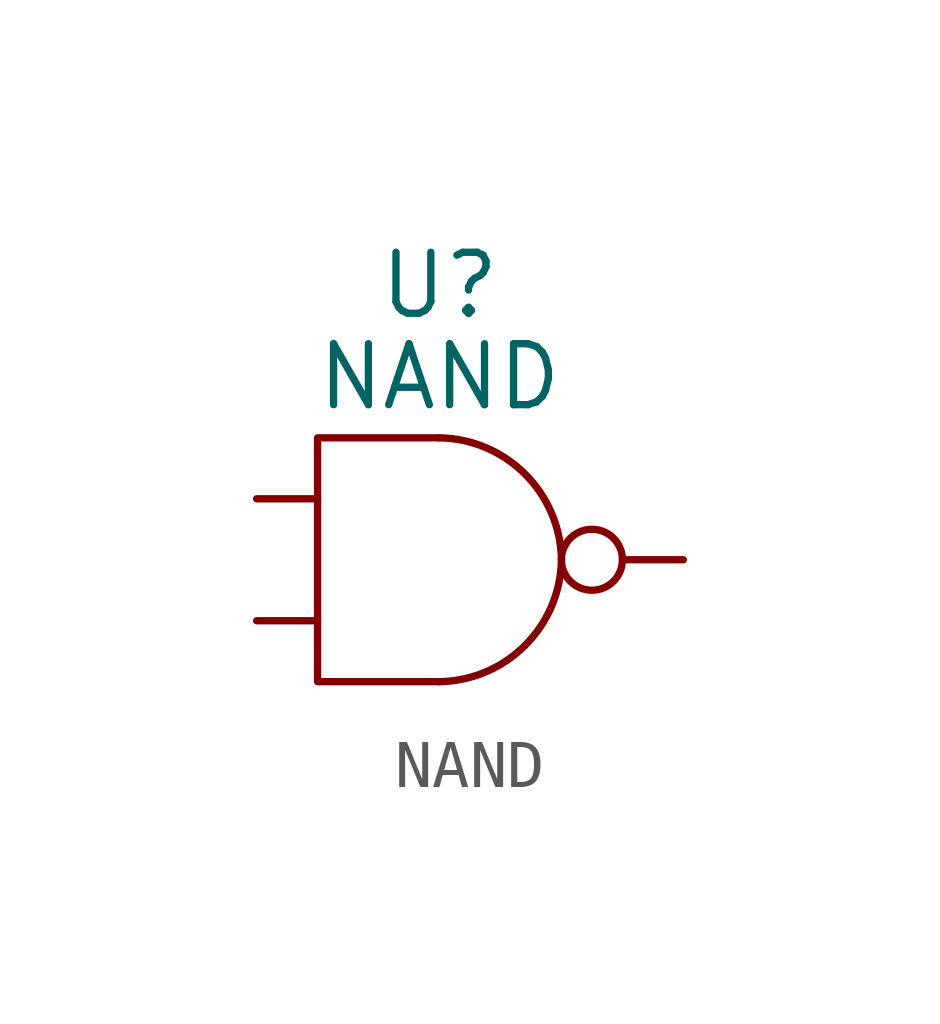
<source format=kicad_sym>
(kicad_symbol_lib
  (version 20231120)
  (generator "kicad_symbol_editor")
  (generator_version "8.0")
  (symbol "NAND"
    (pin_numbers hide)
    (pin_names
      (offset 0) hide)
    (property "Reference" "U"
      (at 0 5.715 0)
      (effects (font (size 1.27 1.27))))
    (property "Value" "NAND"
      (at 0 3.81 0)
      (effects (font (size 1.27 1.27))))
    (property "Footprint" ""
      (at 0 0 0)
      (effects (font (size 1.524 1.524))))
    (property "Datasheet" ""
      (at 0 0 0)
      (effects (font (size 1.524 1.524))))
    (symbol "NAND_0_0"
      (arc (start 0 -2.54) (mid 1.7834 -1.7834) (end 2.54 0) (stroke (width 0) (type default)) (fill (type none)))
      (polyline (pts (xy 0 2.54) (xy -2.54 2.54) (xy -2.54 -2.54) (xy 0 -2.54)) (stroke (width 0) (type default)) (fill (type none)))
      (arc (start 2.54 0) (mid 1.7834 1.7834) (end 0 2.54) (stroke (width 0) (type default)) (fill (type none))))
    (symbol "NAND_0_1"
      (circle (center 3.175 0) (radius 0.635) (stroke (width 0) (type default)) (fill (type none))))
    (symbol "NAND_1_1"
      (pin input line (at -3.81 -1.27 0) (length 1.27) (name "~" (effects (font (size 1.27 1.27)))) (number "~" (effects (font (size 1.27 1.27)))))
      (pin input line (at -3.81 1.27 0) (length 1.27) (name "~" (effects (font (size 1.27 1.27)))) (number "~" (effects (font (size 1.27 1.27)))))
      (pin input line (at 5.08 0 180) (length 1.27) (name "~" (effects (font (size 1.27 1.27)))) (number "~" (effects (font (size 1.27 1.27))))))))
</source>
